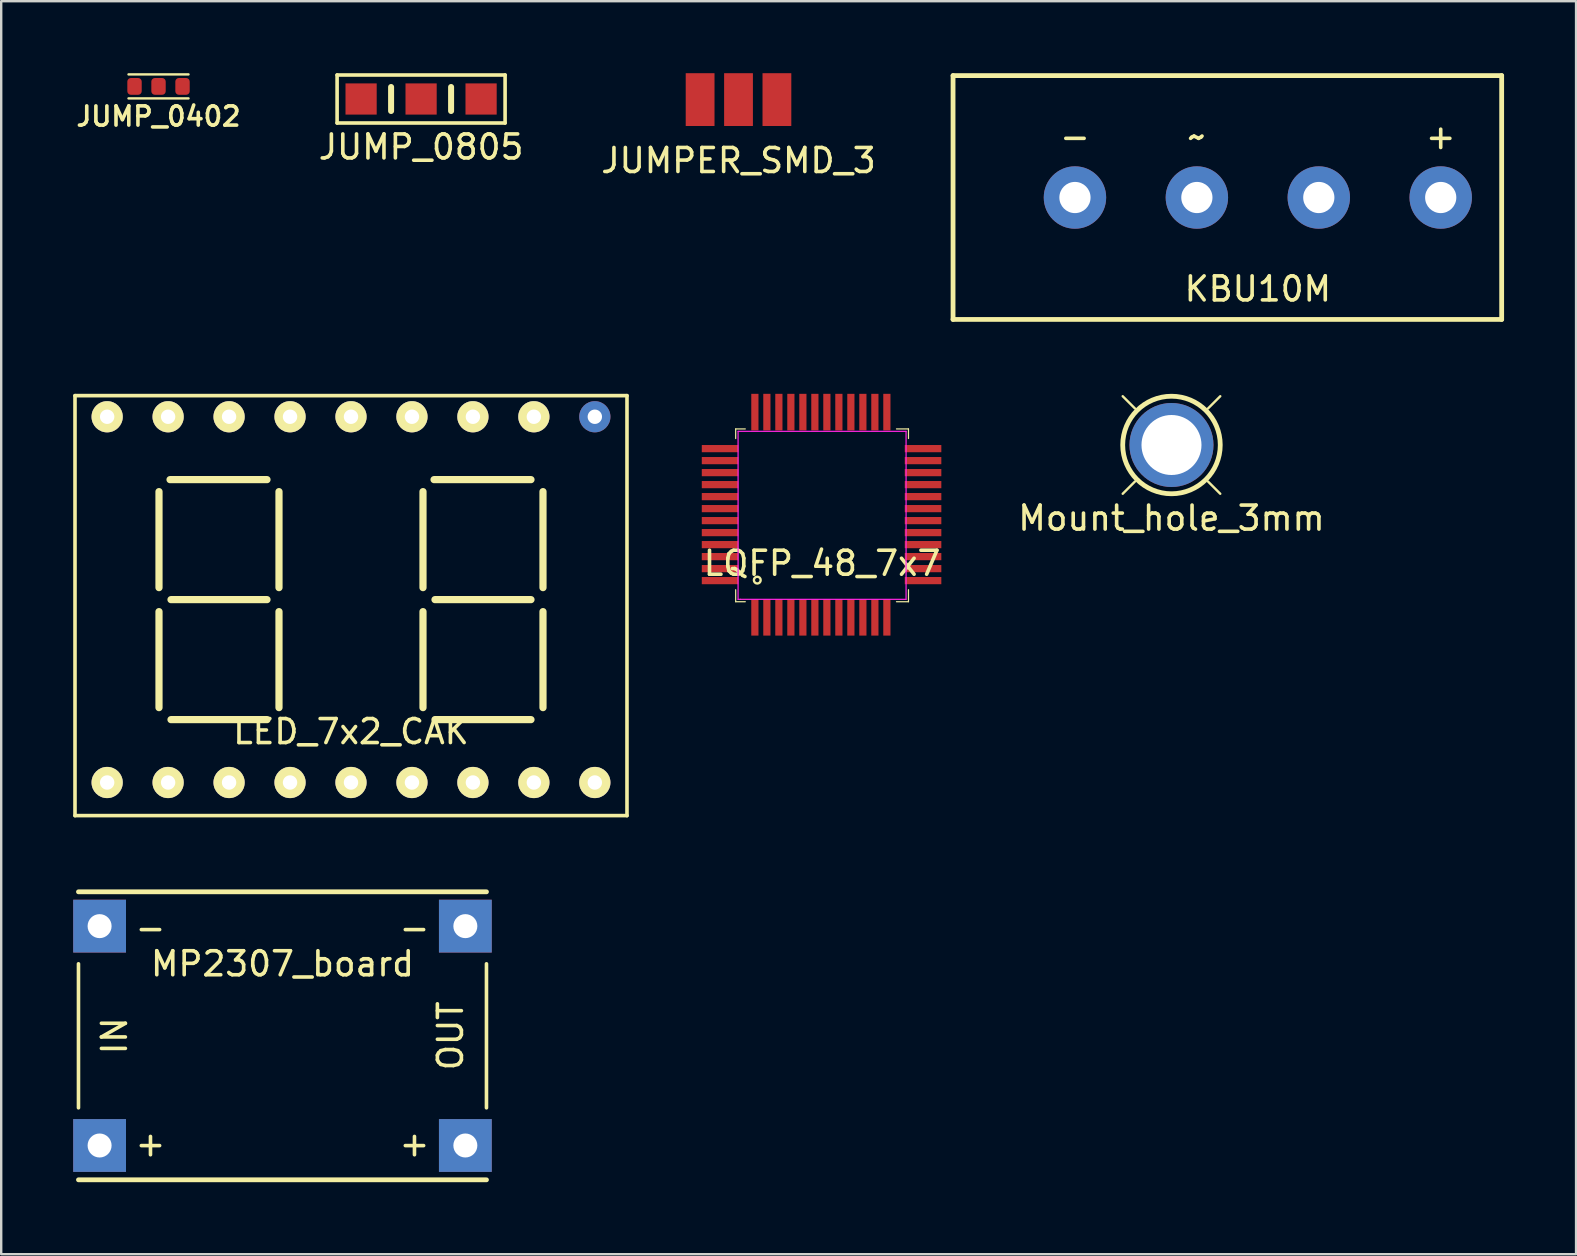
<source format=kicad_pcb>
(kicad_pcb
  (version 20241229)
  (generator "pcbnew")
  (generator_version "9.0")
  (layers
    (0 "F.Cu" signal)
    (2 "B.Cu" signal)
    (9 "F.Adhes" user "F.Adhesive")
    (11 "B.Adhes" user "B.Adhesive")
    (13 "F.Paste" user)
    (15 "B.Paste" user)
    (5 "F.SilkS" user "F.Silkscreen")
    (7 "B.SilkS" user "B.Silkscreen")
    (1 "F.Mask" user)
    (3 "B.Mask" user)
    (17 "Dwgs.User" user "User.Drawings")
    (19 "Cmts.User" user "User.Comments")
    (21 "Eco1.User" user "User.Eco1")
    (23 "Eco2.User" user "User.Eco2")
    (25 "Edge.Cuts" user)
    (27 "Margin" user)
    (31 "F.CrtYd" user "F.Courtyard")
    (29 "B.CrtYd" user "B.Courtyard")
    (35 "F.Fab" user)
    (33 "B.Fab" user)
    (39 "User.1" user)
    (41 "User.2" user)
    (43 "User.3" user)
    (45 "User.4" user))
  (footprint "MP2307_board"
    (layer "F.Cu")
    (at 8.72 40.11)
    (property "Reference" "MP2307_board" (at 0 -3 0) (layer "F.SilkS") (effects (font (size 1 1) (thickness 0.15))))
    (attr through_hole)
    (fp_line (start -8.5 -6) (end 8.5 -6) (stroke (width 0.2) (type solid)) (layer "F.SilkS"))
    (fp_line (start -8.5 3) (end -8.5 -3) (stroke (width 0.15) (type solid)) (layer "F.SilkS"))
    (fp_line (start 8.5 -3) (end 8.5 3) (stroke (width 0.15) (type solid)) (layer "F.SilkS"))
    (fp_line (start 8.5 6) (end -8.5 6) (stroke (width 0.2) (type solid)) (layer "F.SilkS"))
    (fp_text user "-" (at -5.5 -4.5 0) (layer "F.SilkS") (effects (font (size 1 1) (thickness 0.15))))
    (fp_text user "+" (at -5.5 4.5 0) (layer "F.SilkS") (effects (font (size 1 1) (thickness 0.15))))
    (fp_text user "-" (at 5.5 -4.5 0) (layer "F.SilkS") (effects (font (size 1 1) (thickness 0.15))))
    (fp_text user "+" (at 5.5 4.5 0) (layer "F.SilkS") (effects (font (size 1 1) (thickness 0.15))))
    (fp_text user "IN" (at -7 0 270) (layer "F.SilkS") (effects (font (size 1 1) (thickness 0.15))))
    (fp_text user "OUT" (at 7 0 90) (layer "F.SilkS") (effects (font (size 1 1) (thickness 0.15))))
    (pad "1" thru_hole rect (at -7.62 -4.57) (size 2.2 2.2) (drill 1) (layers "*.Cu" "*.Mask"))
    (pad "2" thru_hole rect (at -7.62 4.57) (size 2.2 2.2) (drill 1) (layers "*.Cu" "*.Mask"))
    (pad "3" thru_hole rect (at 7.62 4.57) (size 2.2 2.2) (drill 1) (layers "*.Cu" "*.Mask"))
    (pad "4" thru_hole rect (at 7.62 -4.57) (size 2.2 2.2) (drill 1) (layers "*.Cu" "*.Mask")))
  (footprint "LQFP_48_7x7"
    (layer "F.Cu")
    (at 31.204 18.222)
    (property "Reference" "LQFP_48_7x7" (at 0 2.2 0) (layer "F.SilkS") (effects (font (size 1 1) (thickness 0.15))))
    (attr through_hole)
    (fp_line (start -3.6 -3.4) (end -3.2 -3.4) (stroke (width 0.05) (type solid)) (layer "F.SilkS"))
    (fp_line (start -3.6 -3) (end -3.6 -3.4) (stroke (width 0.05) (type solid)) (layer "F.SilkS"))
    (fp_line (start -3.6 3.3) (end -3.6 3.8) (stroke (width 0.05) (type solid)) (layer "F.SilkS"))
    (fp_line (start -3.6 3.8) (end -3.2 3.8) (stroke (width 0.05) (type solid)) (layer "F.SilkS"))
    (fp_line (start 3.1 -3.4) (end 3.6 -3.4) (stroke (width 0.05) (type solid)) (layer "F.SilkS"))
    (fp_line (start 3.1 3.8) (end 3.6 3.8) (stroke (width 0.05) (type solid)) (layer "F.SilkS"))
    (fp_line (start 3.6 -3.4) (end 3.6 -3) (stroke (width 0.05) (type solid)) (layer "F.SilkS"))
    (fp_line (start 3.6 3.8) (end 3.6 3.3) (stroke (width 0.05) (type solid)) (layer "F.SilkS"))
    (fp_circle (center -2.7 2.9) (end -2.6 2.8) (stroke (width 0.1) (type solid)) (fill no) (layer "F.SilkS"))
    (fp_line (start -3.5 -3.3) (end -3.5 3.7) (stroke (width 0.05) (type solid)) (layer "F.CrtYd"))
    (fp_line (start -3.5 3.7) (end -3.4 3.7) (stroke (width 0.05) (type solid)) (layer "F.CrtYd"))
    (fp_line (start -3.4 3.7) (end 3.5 3.7) (stroke (width 0.05) (type solid)) (layer "F.CrtYd"))
    (fp_line (start 3.5 -3.3) (end -3.5 -3.3) (stroke (width 0.05) (type solid)) (layer "F.CrtYd"))
    (fp_line (start 3.5 3.7) (end 3.5 -3.3) (stroke (width 0.05) (type solid)) (layer "F.CrtYd"))
    (pad "1" smd rect (at -2.8 4.45) (size 0.3 1.524) (layers "F.Cu" "F.Mask" "F.Paste"))
    (pad "2" smd rect (at -2.3 4.45) (size 0.3 1.524) (layers "F.Cu" "F.Mask" "F.Paste"))
    (pad "3" smd rect (at -1.8 4.45) (size 0.3 1.524) (layers "F.Cu" "F.Mask" "F.Paste"))
    (pad "4" smd rect (at -1.3 4.45) (size 0.3 1.524) (layers "F.Cu" "F.Mask" "F.Paste"))
    (pad "5" smd rect (at -0.8 4.45) (size 0.3 1.524) (layers "F.Cu" "F.Mask" "F.Paste"))
    (pad "6" smd rect (at -0.3 4.45) (size 0.3 1.524) (layers "F.Cu" "F.Mask" "F.Paste"))
    (pad "7" smd rect (at 0.2 4.45) (size 0.3 1.524) (layers "F.Cu" "F.Mask" "F.Paste"))
    (pad "8" smd rect (at 0.7 4.45) (size 0.3 1.524) (layers "F.Cu" "F.Mask" "F.Paste"))
    (pad "9" smd rect (at 1.2 4.45) (size 0.3 1.524) (layers "F.Cu" "F.Mask" "F.Paste"))
    (pad "10" smd rect (at 1.7 4.45) (size 0.3 1.524) (layers "F.Cu" "F.Mask" "F.Paste"))
    (pad "11" smd rect (at 2.2 4.45) (size 0.3 1.524) (layers "F.Cu" "F.Mask" "F.Paste"))
    (pad "12" smd rect (at 2.7 4.45) (size 0.3 1.524) (layers "F.Cu" "F.Mask" "F.Paste"))
    (pad "13" smd rect (at 4.207 2.921 270) (size 0.3 1.524) (layers "F.Cu" "F.Mask" "F.Paste"))
    (pad "14" smd rect (at 4.207 2.421 270) (size 0.3 1.524) (layers "F.Cu" "F.Mask" "F.Paste"))
    (pad "15" smd rect (at 4.207 1.921 270) (size 0.3 1.524) (layers "F.Cu" "F.Mask" "F.Paste"))
    (pad "16" smd rect (at 4.207 1.421 270) (size 0.3 1.524) (layers "F.Cu" "F.Mask" "F.Paste"))
    (pad "17" smd rect (at 4.207 0.921 270) (size 0.3 1.524) (layers "F.Cu" "F.Mask" "F.Paste"))
    (pad "18" smd rect (at 4.207 0.421 270) (size 0.3 1.524) (layers "F.Cu" "F.Mask" "F.Paste"))
    (pad "19" smd rect (at 4.207 -0.079 270) (size 0.3 1.524) (layers "F.Cu" "F.Mask" "F.Paste"))
    (pad "20" smd rect (at 4.207 -0.579 270) (size 0.3 1.524) (layers "F.Cu" "F.Mask" "F.Paste"))
    (pad "21" smd rect (at 4.207 -1.079 270) (size 0.3 1.524) (layers "F.Cu" "F.Mask" "F.Paste"))
    (pad "22" smd rect (at 4.207 -1.579 270) (size 0.3 1.524) (layers "F.Cu" "F.Mask" "F.Paste"))
    (pad "23" smd rect (at 4.207 -2.079 270) (size 0.3 1.524) (layers "F.Cu" "F.Mask" "F.Paste"))
    (pad "24" smd rect (at 4.207 -2.579 270) (size 0.3 1.524) (layers "F.Cu" "F.Mask" "F.Paste"))
    (pad "25" smd rect (at 2.7 -4.1) (size 0.3 1.524) (layers "F.Cu" "F.Mask" "F.Paste"))
    (pad "26" smd rect (at 2.2 -4.1) (size 0.3 1.524) (layers "F.Cu" "F.Mask" "F.Paste"))
    (pad "27" smd rect (at 1.7 -4.1) (size 0.3 1.524) (layers "F.Cu" "F.Mask" "F.Paste"))
    (pad "28" smd rect (at 1.2 -4.1) (size 0.3 1.524) (layers "F.Cu" "F.Mask" "F.Paste"))
    (pad "29" smd rect (at 0.7 -4.1) (size 0.3 1.524) (layers "F.Cu" "F.Mask" "F.Paste"))
    (pad "30" smd rect (at 0.2 -4.1) (size 0.3 1.524) (layers "F.Cu" "F.Mask" "F.Paste"))
    (pad "31" smd rect (at -0.3 -4.1) (size 0.3 1.524) (layers "F.Cu" "F.Mask" "F.Paste"))
    (pad "32" smd rect (at -0.8 -4.1) (size 0.3 1.524) (layers "F.Cu" "F.Mask" "F.Paste"))
    (pad "33" smd rect (at -1.3 -4.1) (size 0.3 1.524) (layers "F.Cu" "F.Mask" "F.Paste"))
    (pad "34" smd rect (at -1.8 -4.1) (size 0.3 1.524) (layers "F.Cu" "F.Mask" "F.Paste"))
    (pad "35" smd rect (at -2.3 -4.1) (size 0.3 1.524) (layers "F.Cu" "F.Mask" "F.Paste"))
    (pad "36" smd rect (at -2.8 -4.1) (size 0.3 1.524) (layers "F.Cu" "F.Mask" "F.Paste"))
    (pad "37" smd rect (at -4.25 -2.579 270) (size 0.3 1.524) (layers "F.Cu" "F.Mask" "F.Paste"))
    (pad "38" smd rect (at -4.25 -2.079 270) (size 0.3 1.524) (layers "F.Cu" "F.Mask" "F.Paste"))
    (pad "39" smd rect (at -4.25 -1.579 270) (size 0.3 1.524) (layers "F.Cu" "F.Mask" "F.Paste"))
    (pad "40" smd rect (at -4.25 -1.079 270) (size 0.3 1.524) (layers "F.Cu" "F.Mask" "F.Paste"))
    (pad "41" smd rect (at -4.25 -0.579 270) (size 0.3 1.524) (layers "F.Cu" "F.Mask" "F.Paste"))
    (pad "42" smd rect (at -4.25 -0.079 270) (size 0.3 1.524) (layers "F.Cu" "F.Mask" "F.Paste"))
    (pad "43" smd rect (at -4.25 0.421 270) (size 0.3 1.524) (layers "F.Cu" "F.Mask" "F.Paste"))
    (pad "44" smd rect (at -4.25 0.921 270) (size 0.3 1.524) (layers "F.Cu" "F.Mask" "F.Paste"))
    (pad "45" smd rect (at -4.25 1.421 270) (size 0.3 1.524) (layers "F.Cu" "F.Mask" "F.Paste"))
    (pad "46" smd rect (at -4.25 1.921 270) (size 0.3 1.524) (layers "F.Cu" "F.Mask" "F.Paste"))
    (pad "47" smd rect (at -4.25 2.421 270) (size 0.3 1.524) (layers "F.Cu" "F.Mask" "F.Paste"))
    (pad "48" smd rect (at -4.25 2.921 270) (size 0.3 1.524) (layers "F.Cu" "F.Mask" "F.Paste")))
  (footprint "JUMP_0805"
    (layer "F.Cu")
    (at 14.496 1.075)
    (property "Reference" "JUMP_0805" (at 0 2 0) (layer "F.SilkS") (effects (font (size 1 1) (thickness 0.15))))
    (attr through_hole)
    (fp_line (start -3.5 -1) (end -3.5 1) (stroke (width 0.15) (type solid)) (layer "F.SilkS"))
    (fp_line (start -3.5 -1) (end 3.5 -1) (stroke (width 0.15) (type solid)) (layer "F.SilkS"))
    (fp_line (start -3.5 1) (end 3.5 1) (stroke (width 0.15) (type solid)) (layer "F.SilkS"))
    (fp_line (start -1.25 -0.5) (end -1.25 0.5) (stroke (width 0.25) (type solid)) (layer "F.SilkS"))
    (fp_line (start 1.25 -0.5) (end 1.25 0.5) (stroke (width 0.25) (type solid)) (layer "F.SilkS"))
    (fp_line (start 3.5 -1) (end 3.5 1) (stroke (width 0.15) (type solid)) (layer "F.SilkS"))
    (pad "1" smd rect (at -2.5 0) (size 1.3 1.3) (layers "F.Cu" "F.Mask"))
    (pad "2" smd rect (at 0 0) (size 1.3 1.3) (layers "F.Cu" "F.Mask"))
    (pad "3" smd rect (at 2.5 0) (size 1.3 1.3) (layers "F.Cu" "F.Mask")))
  (footprint "JUMP_0402"
    (layer "F.Cu")
    (at 3.555 0.55)
    (property "Reference" "JUMP_0402" (at 0 1.25 0) (layer "F.SilkS") (effects (font (size 0.8 0.8) (thickness 0.15))))
    (attr through_hole)
    (fp_line (start -1.25 -0.5) (end 1.25 -0.5) (stroke (width 0.1) (type solid)) (layer "F.SilkS"))
    (fp_line (start -1.25 0.5) (end 1.25 0.5) (stroke (width 0.1) (type solid)) (layer "F.SilkS"))
    (pad "1" smd roundrect (at -1 0) (size 0.6 0.7) (layers "F.Cu" "F.Mask") (roundrect_rratio 0.25))
    (pad "2" smd roundrect (at 0 0) (size 0.6 0.7) (layers "F.Cu" "F.Mask") (roundrect_rratio 0.25))
    (pad "3" smd roundrect (at 1 0) (size 0.6 0.7) (layers "F.Cu" "F.Mask") (roundrect_rratio 0.25)))
  (footprint "Mount_hole_3mm"
    (layer "F.Cu")
    (at 45.763 15.492)
    (property "Reference" "Mount_hole_3mm" (at 0 3.048 0) (layer "F.SilkS") (effects (font (size 1 1) (thickness 0.15))))
    (attr through_hole)
    (fp_line (start -2.032 -2.032) (end -1.524 -1.524) (stroke (width 0.1) (type solid)) (layer "F.SilkS"))
    (fp_line (start -2.032 2.032) (end -1.524 1.524) (stroke (width 0.1) (type solid)) (layer "F.SilkS"))
    (fp_line (start 2.032 -2.032) (end 1.524 -1.524) (stroke (width 0.1) (type solid)) (layer "F.SilkS"))
    (fp_line (start 2.032 2.032) (end 1.524 1.524) (stroke (width 0.1) (type solid)) (layer "F.SilkS"))
    (fp_circle (center 0 0) (end 0 2.032) (stroke (width 0.2) (type solid)) (fill no) (layer "F.SilkS"))
    (pad "1" thru_hole circle (at 0 0) (size 3.5 3.5) (drill 2.5) (layers "*.Cu" "*.Mask")))
  (footprint "KBU10M"
    (layer "F.Cu")
    (at 49.361 5.18)
    (property "Reference" "KBU10M" (at 0 3.81 0) (layer "F.SilkS") (effects (font (size 1 1) (thickness 0.15))))
    (attr through_hole)
    (fp_line (start -12.7 -5.08) (end 10.16 -5.08) (stroke (width 0.2) (type solid)) (layer "F.SilkS"))
    (fp_line (start -12.7 5.08) (end -12.7 -5.08) (stroke (width 0.2) (type solid)) (layer "F.SilkS"))
    (fp_line (start 10.16 -5.08) (end 10.16 5.08) (stroke (width 0.2) (type solid)) (layer "F.SilkS"))
    (fp_line (start 10.16 5.08) (end -12.7 5.08) (stroke (width 0.2) (type solid)) (layer "F.SilkS"))
    (fp_text user "+" (at 7.62 -2.54 0) (layer "F.SilkS") (effects (font (size 1 1) (thickness 0.15))))
    (fp_text user "-" (at -7.62 -2.54 0) (layer "F.SilkS") (effects (font (size 1 1) (thickness 0.15))))
    (fp_text user "~" (at -2.54 -2.54 0) (layer "F.SilkS") (effects (font (size 1 1) (thickness 0.15))))
    (pad "1" thru_hole circle (at -7.62 0) (size 2.6 2.6) (drill 1.3) (layers "*.Cu" "*.Mask"))
    (pad "2" thru_hole circle (at -2.54 0) (size 2.6 2.6) (drill 1.3) (layers "*.Cu" "*.Mask"))
    (pad "3" thru_hole circle (at 7.62 0) (size 2.6 2.6) (drill 1.3) (layers "*.Cu" "*.Mask"))
    (pad "4" thru_hole circle (at 2.54 0) (size 2.6 2.6) (drill 1.3) (layers "*.Cu" "*.Mask")))
  (footprint "LED_7x2_CAK"
    (layer "F.Cu")
    (at 11.575 21.935)
    (property "Reference" "LED_7x2_CAK" (at 0 5.5 0) (layer "F.SilkS") (effects (font (size 1 1) (thickness 0.15))))
    (attr through_hole)
    (fp_line (start -11.5 -8.5) (end 11.5 -8.5) (stroke (width 0.15) (type solid)) (layer "F.SilkS"))
    (fp_line (start -11.5 9) (end -11.5 -8.5) (stroke (width 0.15) (type solid)) (layer "F.SilkS"))
    (fp_line (start -8 -0.5) (end -8 -4.5) (stroke (width 0.3) (type solid)) (layer "F.SilkS"))
    (fp_line (start -8 0.5) (end -8 4.5) (stroke (width 0.3) (type solid)) (layer "F.SilkS"))
    (fp_line (start -7.54 -5) (end -3.5 -5) (stroke (width 0.3) (type solid)) (layer "F.SilkS"))
    (fp_line (start -7.5 5) (end -3.5 5) (stroke (width 0.3) (type solid)) (layer "F.SilkS"))
    (fp_line (start -3.5 0) (end -7.5 0) (stroke (width 0.3) (type solid)) (layer "F.SilkS"))
    (fp_line (start -3 -4.5) (end -3 -0.5) (stroke (width 0.3) (type solid)) (layer "F.SilkS"))
    (fp_line (start -3 0.5) (end -3 4.5) (stroke (width 0.3) (type solid)) (layer "F.SilkS"))
    (fp_line (start 3 -0.5) (end 3 -4.5) (stroke (width 0.3) (type solid)) (layer "F.SilkS"))
    (fp_line (start 3 0.5) (end 3 4.5) (stroke (width 0.3) (type solid)) (layer "F.SilkS"))
    (fp_line (start 3.46 -5) (end 7.5 -5) (stroke (width 0.3) (type solid)) (layer "F.SilkS"))
    (fp_line (start 3.5 5) (end 7.5 5) (stroke (width 0.3) (type solid)) (layer "F.SilkS"))
    (fp_line (start 7.5 0) (end 3.5 0) (stroke (width 0.3) (type solid)) (layer "F.SilkS"))
    (fp_line (start 8 -4.5) (end 8 -0.5) (stroke (width 0.3) (type solid)) (layer "F.SilkS"))
    (fp_line (start 8 0.5) (end 8 4.5) (stroke (width 0.3) (type solid)) (layer "F.SilkS"))
    (fp_line (start 11.5 -8.5) (end 11.5 9) (stroke (width 0.15) (type solid)) (layer "F.SilkS"))
    (fp_line (start 11.5 9) (end -11.5 9) (stroke (width 0.15) (type solid)) (layer "F.SilkS"))
    (pad "1" thru_hole circle (at -10.16 7.62) (size 1.3 1.3) (drill 0.6) (layers "*.Cu" "*.Mask" "F.SilkS"))
    (pad "2" thru_hole circle (at -7.62 7.62) (size 1.3 1.3) (drill 0.6) (layers "*.Cu" "*.Mask" "F.SilkS"))
    (pad "3" thru_hole circle (at -5.08 7.62) (size 1.3 1.3) (drill 0.6) (layers "*.Cu" "*.Mask" "F.SilkS"))
    (pad "4" thru_hole circle (at -2.54 7.62) (size 1.3 1.3) (drill 0.6) (layers "*.Cu" "*.Mask" "F.SilkS"))
    (pad "5" thru_hole circle (at 0 7.62) (size 1.3 1.3) (drill 0.6) (layers "*.Cu" "*.Mask" "F.SilkS"))
    (pad "6" thru_hole circle (at 2.54 7.62) (size 1.3 1.3) (drill 0.6) (layers "*.Cu" "*.Mask" "F.SilkS"))
    (pad "7" thru_hole circle (at 5.08 7.62) (size 1.3 1.3) (drill 0.6) (layers "*.Cu" "*.Mask" "F.SilkS"))
    (pad "8" thru_hole circle (at 7.62 7.62) (size 1.3 1.3) (drill 0.6) (layers "*.Cu" "*.Mask" "F.SilkS"))
    (pad "9" thru_hole circle (at 10.16 7.62) (size 1.3 1.3) (drill 0.6) (layers "*.Cu" "*.Mask" "F.SilkS"))
    (pad "10" thru_hole circle (at 10.16 -7.62) (size 1.3 1.3) (drill 0.6) (layers "*.Cu" "*.Mask"))
    (pad "11" thru_hole circle (at 7.62 -7.62) (size 1.3 1.3) (drill 0.6) (layers "*.Cu" "*.Mask" "F.SilkS"))
    (pad "12" thru_hole circle (at 5.08 -7.62) (size 1.3 1.3) (drill 0.6) (layers "*.Cu" "*.Mask" "F.SilkS"))
    (pad "13" thru_hole circle (at 2.54 -7.62) (size 1.3 1.3) (drill 0.6) (layers "*.Cu" "*.Mask" "F.SilkS"))
    (pad "14" thru_hole circle (at 0 -7.62) (size 1.3 1.3) (drill 0.6) (layers "*.Cu" "*.Mask" "F.SilkS"))
    (pad "15" thru_hole circle (at -2.54 -7.62) (size 1.3 1.3) (drill 0.6) (layers "*.Cu" "*.Mask" "F.SilkS"))
    (pad "16" thru_hole circle (at -5.08 -7.62) (size 1.3 1.3) (drill 0.6) (layers "*.Cu" "*.Mask" "F.SilkS"))
    (pad "17" thru_hole circle (at -7.62 -7.62) (size 1.3 1.3) (drill 0.6) (layers "*.Cu" "*.Mask" "F.SilkS"))
    (pad "18" thru_hole circle (at -10.16 -7.62) (size 1.3 1.3) (drill 0.6) (layers "*.Cu" "*.Mask" "F.SilkS")))
  (footprint "JUMPER_SMD_3"
    (layer "F.Cu")
    (at 27.722 1.1)
    (property "Reference" "JUMPER_SMD_3" (at 0 2.54 0) (layer "F.SilkS") (effects (font (size 1 1) (thickness 0.15))))
    (attr through_hole)
    (pad "1" smd rect (at -1.6 0) (size 1.2 2.2) (layers "F.Cu" "F.Mask"))
    (pad "2" smd rect (at 0 0) (size 1.2 2.2) (layers "F.Cu" "F.Mask"))
    (pad "3" smd rect (at 1.6 0) (size 1.2 2.2) (layers "F.Cu" "F.Mask")))
  (gr_rect
    (start -3 -3)
    (end 62.621 49.21)
    (stroke (width 0.1) (type default))
    (fill no)
    (layer "Edge.Cuts")))
</source>
